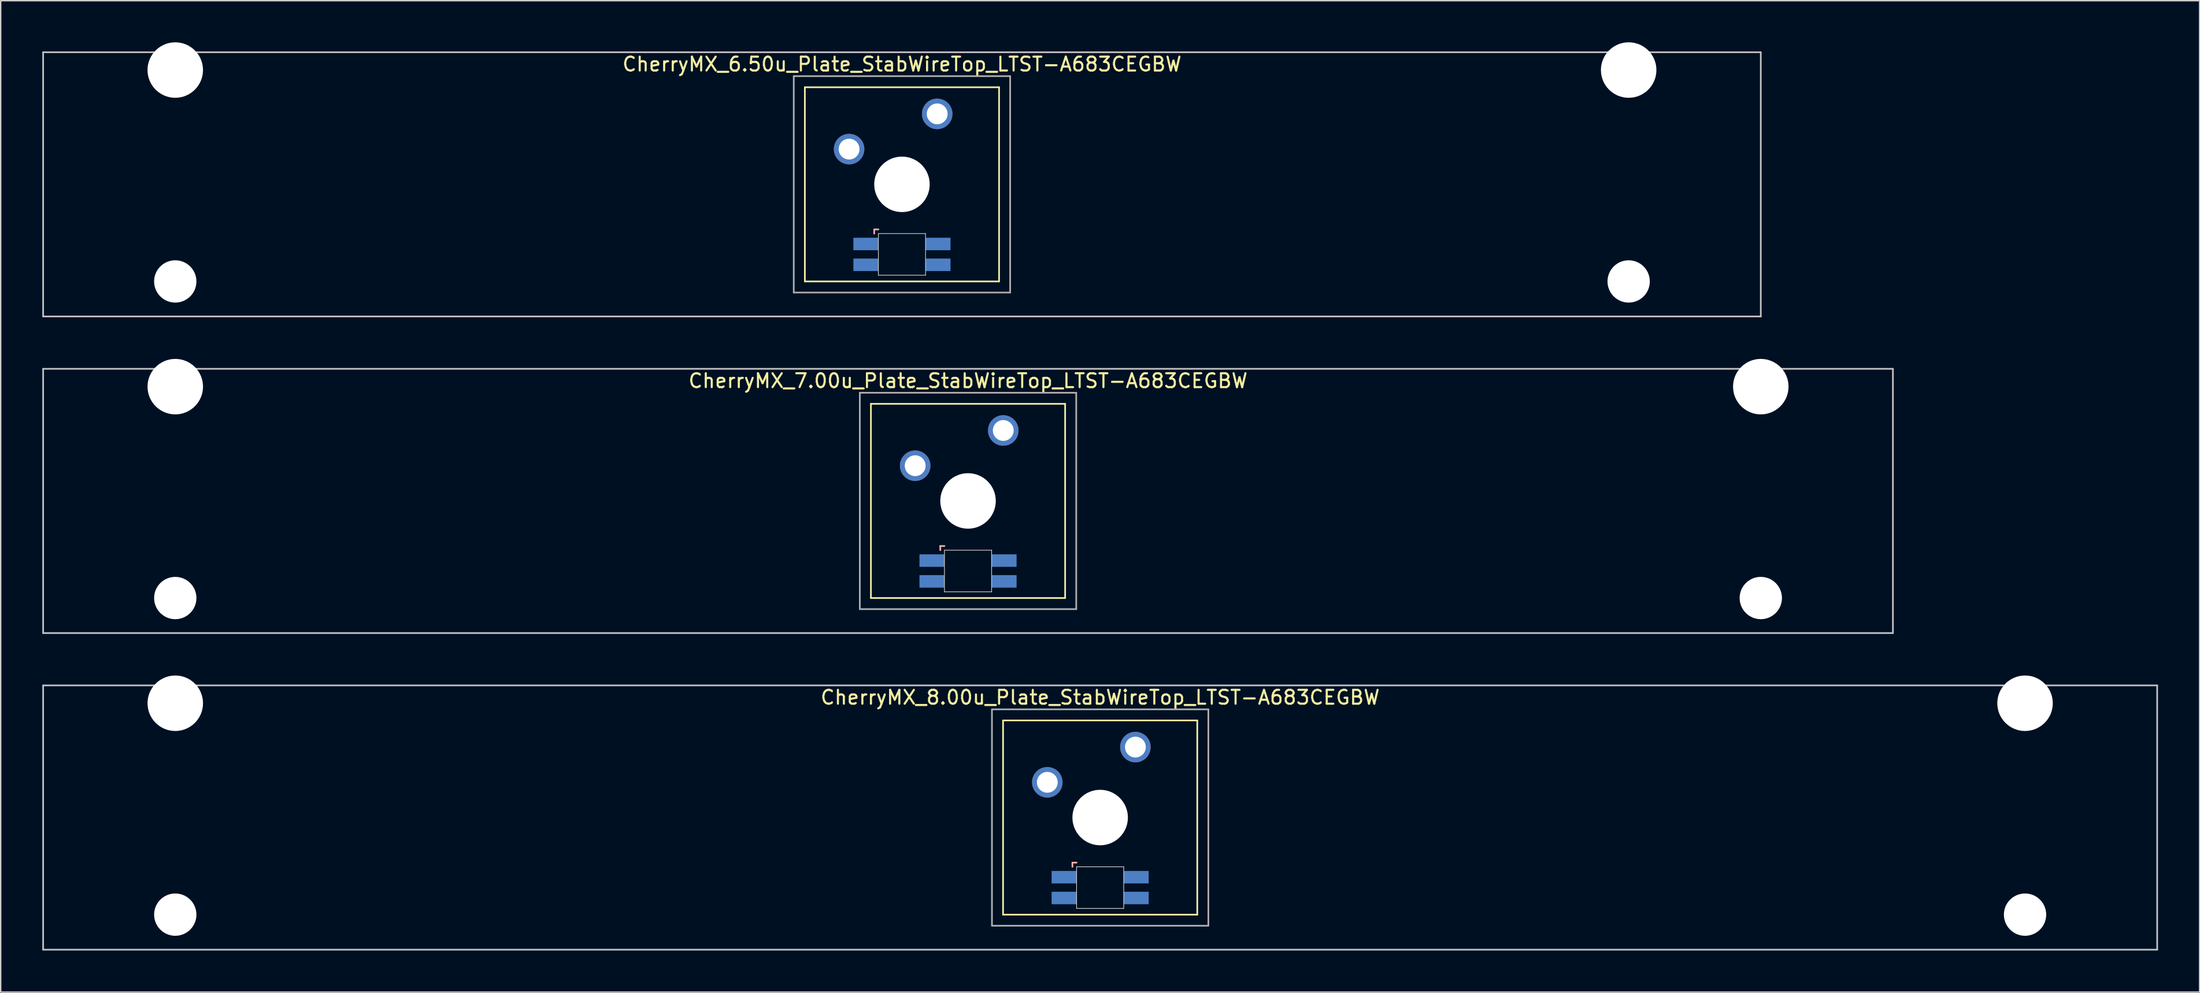
<source format=kicad_pcb>
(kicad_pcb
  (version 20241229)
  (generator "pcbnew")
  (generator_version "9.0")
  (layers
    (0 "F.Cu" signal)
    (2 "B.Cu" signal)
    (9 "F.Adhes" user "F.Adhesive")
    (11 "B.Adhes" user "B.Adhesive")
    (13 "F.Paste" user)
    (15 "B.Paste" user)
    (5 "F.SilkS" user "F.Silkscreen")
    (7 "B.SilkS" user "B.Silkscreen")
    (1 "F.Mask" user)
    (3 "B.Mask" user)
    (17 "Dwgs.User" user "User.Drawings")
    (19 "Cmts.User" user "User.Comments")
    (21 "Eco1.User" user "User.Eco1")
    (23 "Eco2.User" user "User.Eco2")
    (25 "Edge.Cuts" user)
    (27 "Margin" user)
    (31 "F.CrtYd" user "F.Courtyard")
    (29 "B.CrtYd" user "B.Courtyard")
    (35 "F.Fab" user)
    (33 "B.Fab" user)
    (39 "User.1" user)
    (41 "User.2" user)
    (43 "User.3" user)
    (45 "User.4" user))
  (footprint "CherryMX_7.00u_Plate_StabWireTop_LTST-A683CEGBW"
    (layer "F.Cu")
    (at 66.735 33.065)
    (property "Reference" "CherryMX_7.00u_Plate_StabWireTop_LTST-A683CEGBW" (at 0 -8.662 0) (layer "F.SilkS") (effects (font (size 1 1) (thickness 0.15))))
    (attr through_hole)
    (fp_line (start -7 -7) (end -7 7) (stroke (width 0.12) (type solid)) (layer "F.SilkS"))
    (fp_line (start -7 -7) (end 7 -7) (stroke (width 0.12) (type solid)) (layer "F.SilkS"))
    (fp_line (start 7 -7) (end 7 7) (stroke (width 0.12) (type solid)) (layer "F.SilkS"))
    (fp_line (start 7 7) (end -7 7) (stroke (width 0.12) (type solid)) (layer "F.SilkS"))
    (fp_line (start -2 3.25) (end -2 3.55) (stroke (width 0.12) (type solid)) (layer "B.SilkS"))
    (fp_line (start -1.7 3.25) (end -2 3.25) (stroke (width 0.12) (type solid)) (layer "B.SilkS"))
    (fp_line (start -66.675 -9.525) (end 66.675 -9.525) (stroke (width 0.12) (type solid)) (layer "Dwgs.User"))
    (fp_line (start -66.675 9.525) (end -66.675 -9.525) (stroke (width 0.12) (type solid)) (layer "Dwgs.User"))
    (fp_line (start 66.675 -9.525) (end 66.675 9.525) (stroke (width 0.12) (type solid)) (layer "Dwgs.User"))
    (fp_line (start 66.675 9.525) (end -66.675 9.525) (stroke (width 0.12) (type solid)) (layer "Dwgs.User"))
    (fp_line (start -1.7 3.55) (end 1.7 3.55) (stroke (width 0.05) (type solid)) (layer "Edge.Cuts"))
    (fp_line (start -1.7 6.55) (end -1.7 3.55) (stroke (width 0.05) (type solid)) (layer "Edge.Cuts"))
    (fp_line (start 1.7 3.55) (end 1.7 6.55) (stroke (width 0.05) (type solid)) (layer "Edge.Cuts"))
    (fp_line (start 1.7 6.55) (end -1.7 6.55) (stroke (width 0.05) (type solid)) (layer "Edge.Cuts"))
    (fp_line (start -7.8 -7.8) (end -7.8 7.8) (stroke (width 0.12) (type solid)) (layer "F.Fab"))
    (fp_line (start -7.8 -7.8) (end 7.8 -7.8) (stroke (width 0.12) (type solid)) (layer "F.Fab"))
    (fp_line (start -7.8 7.8) (end 7.8 7.8) (stroke (width 0.12) (type solid)) (layer "F.Fab"))
    (fp_line (start 7.8 -7.8) (end 7.8 7.8) (stroke (width 0.12) (type solid)) (layer "F.Fab"))
    (pad "" np_thru_hole circle (at -57.15 -8.24) (size 4 4) (drill 4) (layers "*.Cu" "*.Mask"))
    (pad "" np_thru_hole circle (at -57.15 7) (size 3.05 3.05) (drill 3.05) (layers "*.Cu" "*.Mask"))
    (pad "" np_thru_hole circle (at 0 0) (size 4 4) (drill 4) (layers "*.Cu" "*.Mask"))
    (pad "" np_thru_hole circle (at 57.15 -8.24) (size 4 4) (drill 4) (layers "*.Cu" "*.Mask"))
    (pad "" np_thru_hole circle (at 57.15 7) (size 3.05 3.05) (drill 3.05) (layers "*.Cu" "*.Mask"))
    (pad "1" thru_hole circle (at -3.81 -2.54) (size 2.2 2.2) (drill 1.5) (layers "*.Cu" "*.Mask"))
    (pad "2" thru_hole circle (at 2.54 -5.08) (size 2.2 2.2) (drill 1.5) (layers "*.Cu" "*.Mask"))
    (pad "3" smd rect (at -2.6 4.3) (size 1.8 0.9) (layers "B.Cu" "B.Mask" "B.Paste"))
    (pad "4" smd rect (at -2.6 5.8) (size 1.8 0.9) (layers "B.Cu" "B.Mask" "B.Paste"))
    (pad "5" smd rect (at 2.6 4.3) (size 1.8 0.9) (layers "B.Cu" "B.Mask" "B.Paste"))
    (pad "6" smd rect (at 2.6 5.8) (size 1.8 0.9) (layers "B.Cu" "B.Mask" "B.Paste")))
  (footprint "CherryMX_6.50u_Plate_StabWireTop_LTST-A683CEGBW"
    (layer "F.Cu")
    (at 61.972 10.24)
    (property "Reference" "CherryMX_6.50u_Plate_StabWireTop_LTST-A683CEGBW" (at 0 -8.662 0) (layer "F.SilkS") (effects (font (size 1 1) (thickness 0.15))))
    (attr through_hole)
    (fp_line (start -7 -7) (end -7 7) (stroke (width 0.12) (type solid)) (layer "F.SilkS"))
    (fp_line (start -7 -7) (end 7 -7) (stroke (width 0.12) (type solid)) (layer "F.SilkS"))
    (fp_line (start 7 -7) (end 7 7) (stroke (width 0.12) (type solid)) (layer "F.SilkS"))
    (fp_line (start 7 7) (end -7 7) (stroke (width 0.12) (type solid)) (layer "F.SilkS"))
    (fp_line (start -2 3.25) (end -2 3.55) (stroke (width 0.12) (type solid)) (layer "B.SilkS"))
    (fp_line (start -1.7 3.25) (end -2 3.25) (stroke (width 0.12) (type solid)) (layer "B.SilkS"))
    (fp_line (start -61.913 -9.525) (end 61.913 -9.525) (stroke (width 0.12) (type solid)) (layer "Dwgs.User"))
    (fp_line (start -61.913 9.525) (end -61.913 -9.525) (stroke (width 0.12) (type solid)) (layer "Dwgs.User"))
    (fp_line (start 61.913 -9.525) (end 61.913 9.525) (stroke (width 0.12) (type solid)) (layer "Dwgs.User"))
    (fp_line (start 61.913 9.525) (end -61.913 9.525) (stroke (width 0.12) (type solid)) (layer "Dwgs.User"))
    (fp_line (start -1.7 3.55) (end 1.7 3.55) (stroke (width 0.05) (type solid)) (layer "Edge.Cuts"))
    (fp_line (start -1.7 6.55) (end -1.7 3.55) (stroke (width 0.05) (type solid)) (layer "Edge.Cuts"))
    (fp_line (start 1.7 3.55) (end 1.7 6.55) (stroke (width 0.05) (type solid)) (layer "Edge.Cuts"))
    (fp_line (start 1.7 6.55) (end -1.7 6.55) (stroke (width 0.05) (type solid)) (layer "Edge.Cuts"))
    (fp_line (start -7.8 -7.8) (end -7.8 7.8) (stroke (width 0.12) (type solid)) (layer "F.Fab"))
    (fp_line (start -7.8 -7.8) (end 7.8 -7.8) (stroke (width 0.12) (type solid)) (layer "F.Fab"))
    (fp_line (start -7.8 7.8) (end 7.8 7.8) (stroke (width 0.12) (type solid)) (layer "F.Fab"))
    (fp_line (start 7.8 -7.8) (end 7.8 7.8) (stroke (width 0.12) (type solid)) (layer "F.Fab"))
    (pad "" np_thru_hole circle (at -52.388 -8.24) (size 4 4) (drill 4) (layers "*.Cu" "*.Mask"))
    (pad "" np_thru_hole circle (at -52.388 7) (size 3.05 3.05) (drill 3.05) (layers "*.Cu" "*.Mask"))
    (pad "" np_thru_hole circle (at 0 0) (size 4 4) (drill 4) (layers "*.Cu" "*.Mask"))
    (pad "" np_thru_hole circle (at 52.388 -8.24) (size 4 4) (drill 4) (layers "*.Cu" "*.Mask"))
    (pad "" np_thru_hole circle (at 52.388 7) (size 3.05 3.05) (drill 3.05) (layers "*.Cu" "*.Mask"))
    (pad "1" thru_hole circle (at -3.81 -2.54) (size 2.2 2.2) (drill 1.5) (layers "*.Cu" "*.Mask"))
    (pad "2" thru_hole circle (at 2.54 -5.08) (size 2.2 2.2) (drill 1.5) (layers "*.Cu" "*.Mask"))
    (pad "3" smd rect (at -2.6 4.3) (size 1.8 0.9) (layers "B.Cu" "B.Mask" "B.Paste"))
    (pad "4" smd rect (at -2.6 5.8) (size 1.8 0.9) (layers "B.Cu" "B.Mask" "B.Paste"))
    (pad "5" smd rect (at 2.6 4.3) (size 1.8 0.9) (layers "B.Cu" "B.Mask" "B.Paste"))
    (pad "6" smd rect (at 2.6 5.8) (size 1.8 0.9) (layers "B.Cu" "B.Mask" "B.Paste")))
  (footprint "CherryMX_8.00u_Plate_StabWireTop_LTST-A683CEGBW"
    (layer "F.Cu")
    (at 76.26 55.89)
    (property "Reference" "CherryMX_8.00u_Plate_StabWireTop_LTST-A683CEGBW" (at 0 -8.662 0) (layer "F.SilkS") (effects (font (size 1 1) (thickness 0.15))))
    (attr through_hole)
    (fp_line (start -7 -7) (end -7 7) (stroke (width 0.12) (type solid)) (layer "F.SilkS"))
    (fp_line (start -7 -7) (end 7 -7) (stroke (width 0.12) (type solid)) (layer "F.SilkS"))
    (fp_line (start 7 -7) (end 7 7) (stroke (width 0.12) (type solid)) (layer "F.SilkS"))
    (fp_line (start 7 7) (end -7 7) (stroke (width 0.12) (type solid)) (layer "F.SilkS"))
    (fp_line (start -2 3.25) (end -2 3.55) (stroke (width 0.12) (type solid)) (layer "B.SilkS"))
    (fp_line (start -1.7 3.25) (end -2 3.25) (stroke (width 0.12) (type solid)) (layer "B.SilkS"))
    (fp_line (start -76.2 -9.525) (end 76.2 -9.525) (stroke (width 0.12) (type solid)) (layer "Dwgs.User"))
    (fp_line (start -76.2 9.525) (end -76.2 -9.525) (stroke (width 0.12) (type solid)) (layer "Dwgs.User"))
    (fp_line (start 76.2 -9.525) (end 76.2 9.525) (stroke (width 0.12) (type solid)) (layer "Dwgs.User"))
    (fp_line (start 76.2 9.525) (end -76.2 9.525) (stroke (width 0.12) (type solid)) (layer "Dwgs.User"))
    (fp_line (start -1.7 3.55) (end 1.7 3.55) (stroke (width 0.05) (type solid)) (layer "Edge.Cuts"))
    (fp_line (start -1.7 6.55) (end -1.7 3.55) (stroke (width 0.05) (type solid)) (layer "Edge.Cuts"))
    (fp_line (start 1.7 3.55) (end 1.7 6.55) (stroke (width 0.05) (type solid)) (layer "Edge.Cuts"))
    (fp_line (start 1.7 6.55) (end -1.7 6.55) (stroke (width 0.05) (type solid)) (layer "Edge.Cuts"))
    (fp_line (start -7.8 -7.8) (end -7.8 7.8) (stroke (width 0.12) (type solid)) (layer "F.Fab"))
    (fp_line (start -7.8 -7.8) (end 7.8 -7.8) (stroke (width 0.12) (type solid)) (layer "F.Fab"))
    (fp_line (start -7.8 7.8) (end 7.8 7.8) (stroke (width 0.12) (type solid)) (layer "F.Fab"))
    (fp_line (start 7.8 -7.8) (end 7.8 7.8) (stroke (width 0.12) (type solid)) (layer "F.Fab"))
    (pad "" np_thru_hole circle (at -66.675 -8.24) (size 4 4) (drill 4) (layers "*.Cu" "*.Mask"))
    (pad "" np_thru_hole circle (at -66.675 7) (size 3.05 3.05) (drill 3.05) (layers "*.Cu" "*.Mask"))
    (pad "" np_thru_hole circle (at 0 0) (size 4 4) (drill 4) (layers "*.Cu" "*.Mask"))
    (pad "" np_thru_hole circle (at 66.675 -8.24) (size 4 4) (drill 4) (layers "*.Cu" "*.Mask"))
    (pad "" np_thru_hole circle (at 66.675 7) (size 3.05 3.05) (drill 3.05) (layers "*.Cu" "*.Mask"))
    (pad "1" thru_hole circle (at -3.81 -2.54) (size 2.2 2.2) (drill 1.5) (layers "*.Cu" "*.Mask"))
    (pad "2" thru_hole circle (at 2.54 -5.08) (size 2.2 2.2) (drill 1.5) (layers "*.Cu" "*.Mask"))
    (pad "3" smd rect (at -2.6 4.3) (size 1.8 0.9) (layers "B.Cu" "B.Mask" "B.Paste"))
    (pad "4" smd rect (at -2.6 5.8) (size 1.8 0.9) (layers "B.Cu" "B.Mask" "B.Paste"))
    (pad "5" smd rect (at 2.6 4.3) (size 1.8 0.9) (layers "B.Cu" "B.Mask" "B.Paste"))
    (pad "6" smd rect (at 2.6 5.8) (size 1.8 0.9) (layers "B.Cu" "B.Mask" "B.Paste")))
  (gr_rect
    (start -3 -3)
    (end 155.52 68.475)
    (stroke (width 0.1) (type default))
    (fill no)
    (layer "Edge.Cuts")))
</source>
